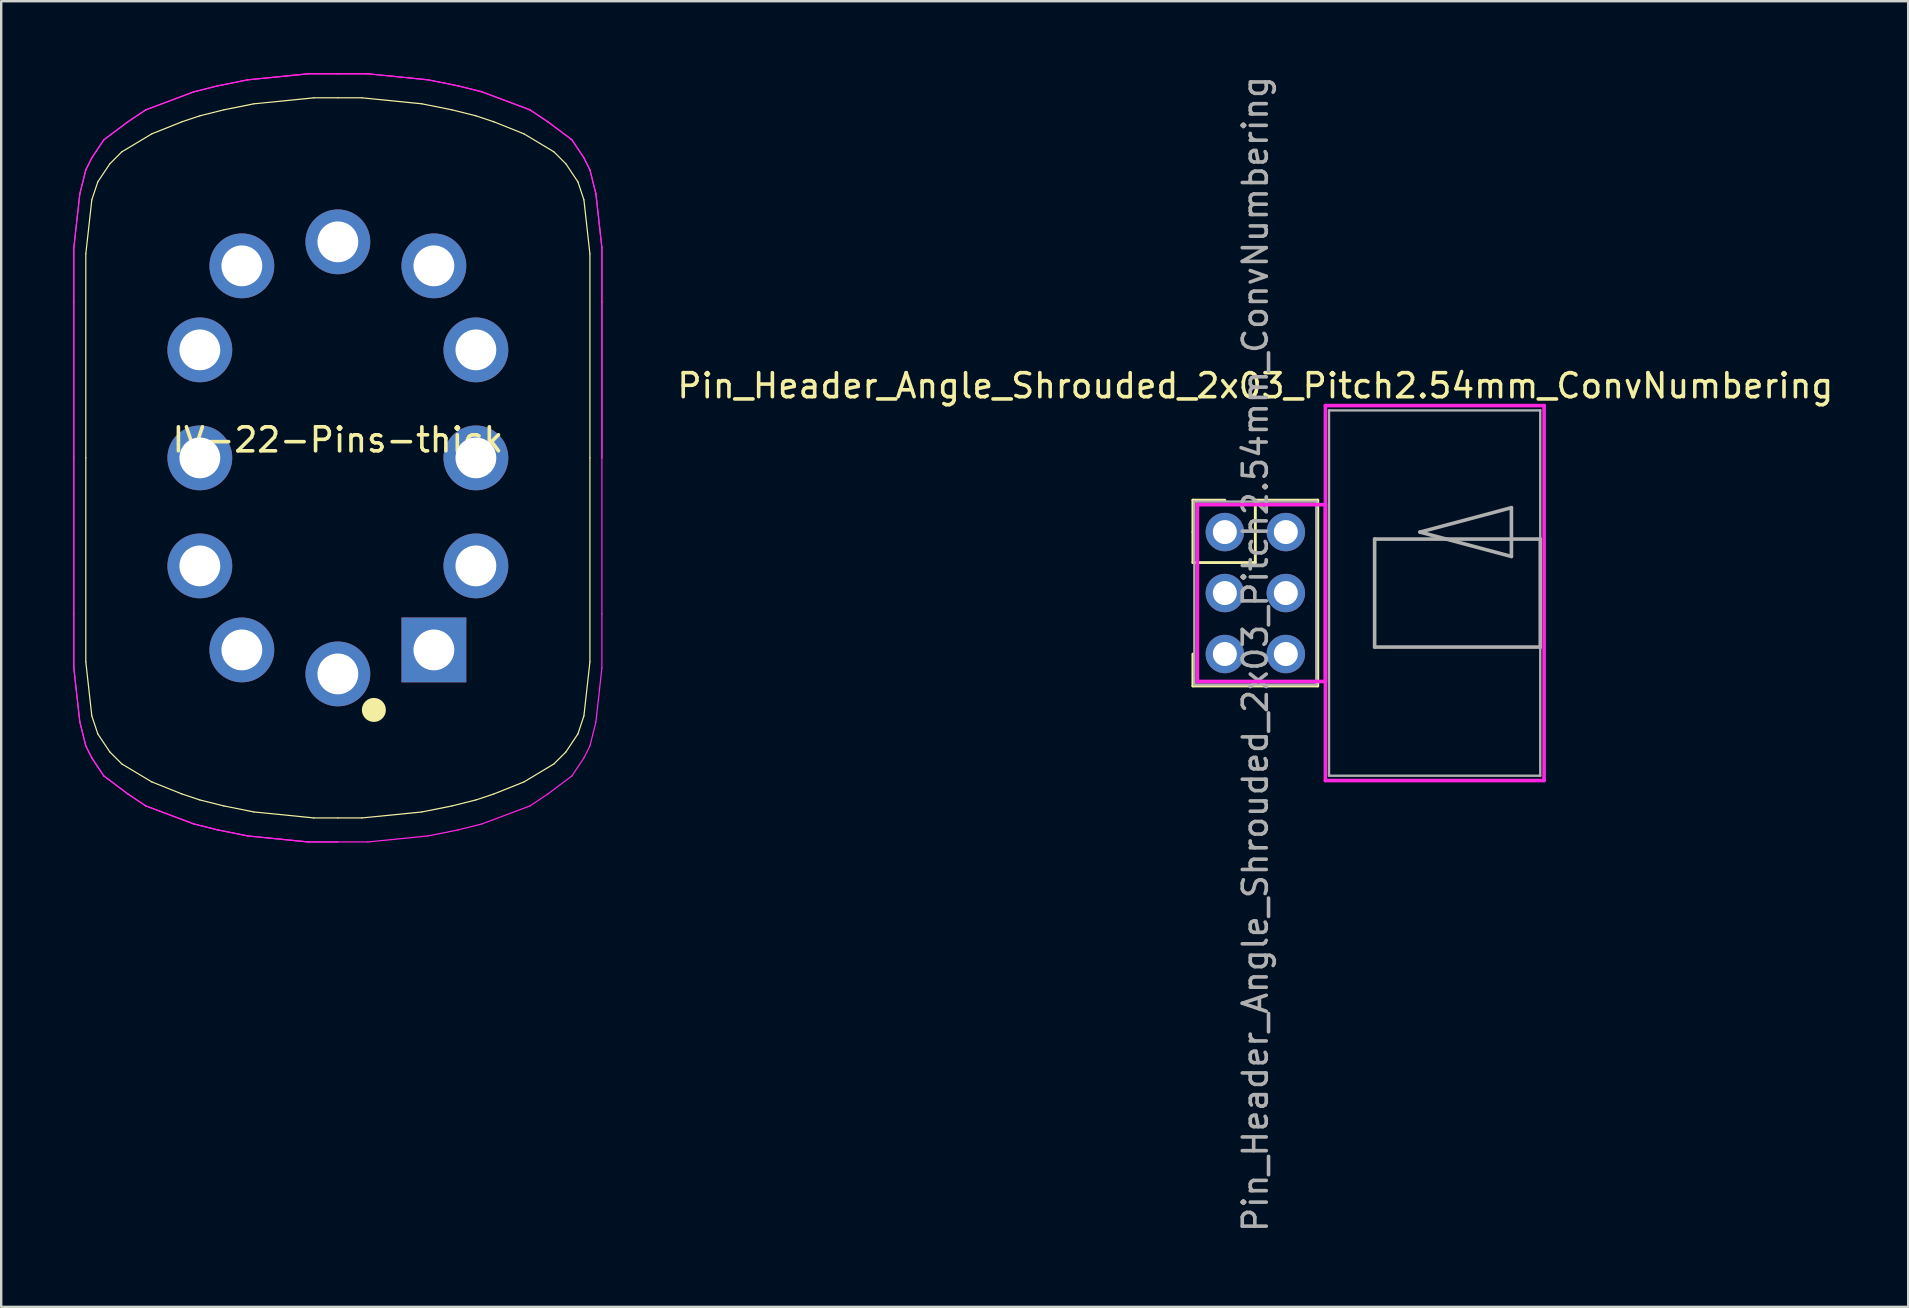
<source format=kicad_pcb>
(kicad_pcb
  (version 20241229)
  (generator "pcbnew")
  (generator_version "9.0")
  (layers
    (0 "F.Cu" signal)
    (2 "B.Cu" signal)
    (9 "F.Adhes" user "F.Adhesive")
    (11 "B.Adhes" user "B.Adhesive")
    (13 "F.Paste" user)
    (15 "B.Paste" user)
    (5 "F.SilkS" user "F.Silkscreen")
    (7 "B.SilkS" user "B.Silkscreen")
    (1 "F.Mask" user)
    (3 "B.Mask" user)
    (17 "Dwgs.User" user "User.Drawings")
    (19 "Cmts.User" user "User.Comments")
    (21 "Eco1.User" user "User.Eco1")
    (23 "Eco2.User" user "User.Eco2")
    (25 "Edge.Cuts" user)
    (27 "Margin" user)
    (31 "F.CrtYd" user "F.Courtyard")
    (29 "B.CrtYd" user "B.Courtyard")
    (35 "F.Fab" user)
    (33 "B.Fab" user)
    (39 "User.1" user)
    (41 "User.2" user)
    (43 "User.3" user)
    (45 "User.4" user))
  (footprint "Pin_Header_Angle_Shrouded_2x03_Pitch2.54mm_ConvNumbering"
    (layer "F.Cu")
    (at 47.976 19.116)
    (property "Reference" "Pin_Header_Angle_Shrouded_2x03_Pitch2.54mm_ConvNumbering" (at 1.27 -6.096 0) (layer "F.SilkS") (effects (font (size 1 1) (thickness 0.15))))
    (attr through_hole)
    (fp_line (start -1.33 -1.33) (end 0 -1.33) (stroke (width 0.12) (type solid)) (layer "F.SilkS"))
    (fp_line (start -1.33 0) (end -1.33 -1.33) (stroke (width 0.12) (type solid)) (layer "F.SilkS"))
    (fp_line (start -1.33 1.27) (end -1.33 0) (stroke (width 0.12) (type solid)) (layer "F.SilkS"))
    (fp_line (start -1.33 1.27) (end 1.27 1.27) (stroke (width 0.12) (type solid)) (layer "F.SilkS"))
    (fp_line (start -1.33 5.08) (end -1.33 6.41) (stroke (width 0.12) (type solid)) (layer "F.SilkS"))
    (fp_line (start -1.33 6.41) (end 3.87 6.41) (stroke (width 0.12) (type solid)) (layer "F.SilkS"))
    (fp_line (start 1.27 -1.33) (end 3.87 -1.33) (stroke (width 0.12) (type solid)) (layer "F.SilkS"))
    (fp_line (start 1.27 1.27) (end 1.27 -1.33) (stroke (width 0.12) (type solid)) (layer "F.SilkS"))
    (fp_line (start 3.87 -1.33) (end 3.87 6.41) (stroke (width 0.12) (type solid)) (layer "F.SilkS"))
    (fp_line (start -1.143 -1.143) (end -1.143 6.223) (stroke (width 0.15) (type solid)) (layer "F.CrtYd"))
    (fp_line (start -1.143 6.223) (end 4.19 6.223) (stroke (width 0.15) (type solid)) (layer "F.CrtYd"))
    (fp_line (start 4.19 -5.27) (end 4.19 10.35) (stroke (width 0.15) (type solid)) (layer "F.CrtYd"))
    (fp_line (start 4.19 -1.143) (end -1.143 -1.143) (stroke (width 0.15) (type solid)) (layer "F.CrtYd"))
    (fp_line (start 4.19 6.223) (end 4.19 -1.143) (stroke (width 0.15) (type solid)) (layer "F.CrtYd"))
    (fp_line (start 4.19 10.35) (end 13.3 10.35) (stroke (width 0.15) (type solid)) (layer "F.CrtYd"))
    (fp_line (start 13.3 -5.27) (end 4.19 -5.27) (stroke (width 0.15) (type solid)) (layer "F.CrtYd"))
    (fp_line (start 13.3 10.35) (end 13.3 -5.27) (stroke (width 0.15) (type solid)) (layer "F.CrtYd"))
    (fp_line (start -1.27 -1.27) (end -1.27 6.35) (stroke (width 0.1) (type solid)) (layer "F.Fab"))
    (fp_line (start -1.27 6.35) (end 3.81 6.35) (stroke (width 0.1) (type solid)) (layer "F.Fab"))
    (fp_line (start 3.81 -1.27) (end -1.27 -1.27) (stroke (width 0.1) (type solid)) (layer "F.Fab"))
    (fp_line (start 3.81 6.35) (end 3.81 -1.27) (stroke (width 0.1) (type solid)) (layer "F.Fab"))
    (fp_line (start 4.34 -5.07) (end 4.34 10.15) (stroke (width 0.1) (type solid)) (layer "F.Fab"))
    (fp_line (start 4.34 10.15) (end 13.14 10.15) (stroke (width 0.1) (type solid)) (layer "F.Fab"))
    (fp_line (start 6.24 0.29) (end 6.24 4.79) (stroke (width 0.15) (type solid)) (layer "F.Fab"))
    (fp_line (start 6.24 4.79) (end 13.14 4.79) (stroke (width 0.15) (type solid)) (layer "F.Fab"))
    (fp_line (start 8.128 0) (end 11.938 -1.016) (stroke (width 0.15) (type solid)) (layer "F.Fab"))
    (fp_line (start 11.938 -1.016) (end 11.938 1.016) (stroke (width 0.15) (type solid)) (layer "F.Fab"))
    (fp_line (start 11.938 1.016) (end 8.128 0) (stroke (width 0.15) (type solid)) (layer "F.Fab"))
    (fp_line (start 13.14 -5.07) (end 4.34 -5.07) (stroke (width 0.1) (type solid)) (layer "F.Fab"))
    (fp_line (start 13.14 0.29) (end 6.24 0.29) (stroke (width 0.15) (type solid)) (layer "F.Fab"))
    (fp_line (start 13.14 4.79) (end 13.14 0.29) (stroke (width 0.15) (type solid)) (layer "F.Fab"))
    (fp_line (start 13.14 10.15) (end 13.14 -5.07) (stroke (width 0.1) (type solid)) (layer "F.Fab"))
    (fp_text user "${REFERENCE}" (at 1.27 5.08 90) (layer "F.Fab") (effects (font (size 1 1) (thickness 0.15))))
    (pad "1" thru_hole oval (at 0 0) (size 1.6 1.6) (drill 1) (layers "*.Cu" "*.Mask"))
    (pad "2" thru_hole oval (at 2.54 0) (size 1.6 1.6) (drill 1) (layers "*.Cu" "*.Mask"))
    (pad "3" thru_hole oval (at 0 2.54) (size 1.6 1.6) (drill 1) (layers "*.Cu" "*.Mask"))
    (pad "4" thru_hole oval (at 2.54 2.54) (size 1.6 1.6) (drill 1) (layers "*.Cu" "*.Mask"))
    (pad "5" thru_hole oval (at 0 5.08) (size 1.6 1.6) (drill 1) (layers "*.Cu" "*.Mask"))
    (pad "6" thru_hole oval (at 2.54 5.08) (size 1.6 1.6) (drill 1) (layers "*.Cu" "*.Mask")))
  (footprint "IV-22-Pins-thick"
    (layer "F.Cu")
    (at 11.025 16.025)
    (property "Reference" "IV-22-Pins-thick" (at 0 -0.75 0) (layer "F.SilkS") (effects (font (size 1 1) (thickness 0.15))))
    (attr through_hole)
    (fp_line (start -10.5 -8.5) (end -10.5 0) (stroke (width 0.05) (type solid)) (layer "F.SilkS"))
    (fp_line (start -10.5 8.5) (end -10.5 0) (stroke (width 0.05) (type solid)) (layer "F.SilkS"))
    (fp_line (start -10.5 8.5) (end -10.25 10.75) (stroke (width 0.05) (type solid)) (layer "F.SilkS"))
    (fp_line (start -10.25 -10.75) (end -10.5 -8.5) (stroke (width 0.05) (type solid)) (layer "F.SilkS"))
    (fp_line (start -10.25 10.75) (end -10 11.5) (stroke (width 0.05) (type solid)) (layer "F.SilkS"))
    (fp_line (start -10 -11.5) (end -10.25 -10.75) (stroke (width 0.05) (type solid)) (layer "F.SilkS"))
    (fp_line (start -10 11.5) (end -9.5 12.25) (stroke (width 0.05) (type solid)) (layer "F.SilkS"))
    (fp_line (start -9.5 -12.25) (end -10 -11.5) (stroke (width 0.05) (type solid)) (layer "F.SilkS"))
    (fp_line (start -9.5 12.25) (end -9 12.75) (stroke (width 0.05) (type solid)) (layer "F.SilkS"))
    (fp_line (start -9 -12.75) (end -9.5 -12.25) (stroke (width 0.05) (type solid)) (layer "F.SilkS"))
    (fp_line (start -7.75 -13.5) (end -9 -12.75) (stroke (width 0.05) (type solid)) (layer "F.SilkS"))
    (fp_line (start -7.75 13.5) (end -9 12.75) (stroke (width 0.05) (type solid)) (layer "F.SilkS"))
    (fp_line (start -6.5 -14) (end -7.75 -13.5) (stroke (width 0.05) (type solid)) (layer "F.SilkS"))
    (fp_line (start -6.5 14) (end -7.75 13.5) (stroke (width 0.05) (type solid)) (layer "F.SilkS"))
    (fp_line (start -5.75 -14.25) (end -6.5 -14) (stroke (width 0.05) (type solid)) (layer "F.SilkS"))
    (fp_line (start -5.75 14.25) (end -6.5 14) (stroke (width 0.05) (type solid)) (layer "F.SilkS"))
    (fp_line (start -4.75 -14.5) (end -5.75 -14.25) (stroke (width 0.05) (type solid)) (layer "F.SilkS"))
    (fp_line (start -4.75 14.5) (end -5.75 14.25) (stroke (width 0.05) (type solid)) (layer "F.SilkS"))
    (fp_line (start -3.5 -14.75) (end -4.75 -14.5) (stroke (width 0.05) (type solid)) (layer "F.SilkS"))
    (fp_line (start -3.5 -14.75) (end -1 -15) (stroke (width 0.05) (type solid)) (layer "F.SilkS"))
    (fp_line (start -3.5 14.75) (end -4.75 14.5) (stroke (width 0.05) (type solid)) (layer "F.SilkS"))
    (fp_line (start -1 -15) (end 0 -15) (stroke (width 0.05) (type solid)) (layer "F.SilkS"))
    (fp_line (start -1 15) (end -3.5 14.75) (stroke (width 0.05) (type solid)) (layer "F.SilkS"))
    (fp_line (start 0 -15) (end 1 -15) (stroke (width 0.05) (type solid)) (layer "F.SilkS"))
    (fp_line (start 0 15) (end -1 15) (stroke (width 0.05) (type solid)) (layer "F.SilkS"))
    (fp_line (start 1 -15) (end 3.5 -14.75) (stroke (width 0.05) (type solid)) (layer "F.SilkS"))
    (fp_line (start 1 15) (end 0 15) (stroke (width 0.05) (type solid)) (layer "F.SilkS"))
    (fp_line (start 3.5 -14.75) (end 4.75 -14.5) (stroke (width 0.05) (type solid)) (layer "F.SilkS"))
    (fp_line (start 3.5 14.75) (end 1 15) (stroke (width 0.05) (type solid)) (layer "F.SilkS"))
    (fp_line (start 3.5 14.75) (end 4.75 14.5) (stroke (width 0.05) (type solid)) (layer "F.SilkS"))
    (fp_line (start 4.75 -14.5) (end 5.75 -14.25) (stroke (width 0.05) (type solid)) (layer "F.SilkS"))
    (fp_line (start 4.75 14.5) (end 5.75 14.25) (stroke (width 0.05) (type solid)) (layer "F.SilkS"))
    (fp_line (start 5.75 -14.25) (end 6.5 -14) (stroke (width 0.05) (type solid)) (layer "F.SilkS"))
    (fp_line (start 5.75 14.25) (end 6.5 14) (stroke (width 0.05) (type solid)) (layer "F.SilkS"))
    (fp_line (start 6.5 -14) (end 7.75 -13.5) (stroke (width 0.05) (type solid)) (layer "F.SilkS"))
    (fp_line (start 6.5 14) (end 7.75 13.5) (stroke (width 0.05) (type solid)) (layer "F.SilkS"))
    (fp_line (start 7.75 -13.5) (end 9 -12.75) (stroke (width 0.05) (type solid)) (layer "F.SilkS"))
    (fp_line (start 7.75 13.5) (end 9 12.75) (stroke (width 0.05) (type solid)) (layer "F.SilkS"))
    (fp_line (start 9 12.75) (end 9.5 12.25) (stroke (width 0.05) (type solid)) (layer "F.SilkS"))
    (fp_line (start 9.5 -12.25) (end 9 -12.75) (stroke (width 0.05) (type solid)) (layer "F.SilkS"))
    (fp_line (start 9.5 12.25) (end 10 11.5) (stroke (width 0.05) (type solid)) (layer "F.SilkS"))
    (fp_line (start 10 -11.5) (end 9.5 -12.25) (stroke (width 0.05) (type solid)) (layer "F.SilkS"))
    (fp_line (start 10 11.5) (end 10.25 10.75) (stroke (width 0.05) (type solid)) (layer "F.SilkS"))
    (fp_line (start 10.25 -10.75) (end 10 -11.5) (stroke (width 0.05) (type solid)) (layer "F.SilkS"))
    (fp_line (start 10.25 10.75) (end 10.5 8.5) (stroke (width 0.05) (type solid)) (layer "F.SilkS"))
    (fp_line (start 10.5 -8.5) (end 10.25 -10.75) (stroke (width 0.05) (type solid)) (layer "F.SilkS"))
    (fp_line (start 10.5 -8.5) (end 10.5 0) (stroke (width 0.05) (type solid)) (layer "F.SilkS"))
    (fp_line (start 10.5 8.5) (end 10.5 0) (stroke (width 0.05) (type solid)) (layer "F.SilkS"))
    (fp_circle (center 1.5 10.5) (end 1.25 10.5) (stroke (width 0.5) (type solid)) (fill no) (layer "F.SilkS"))
    (fp_line (start -11 -8.75) (end -10.75 -11) (stroke (width 0.05) (type solid)) (layer "F.CrtYd"))
    (fp_line (start -11 -8.75) (end -10.75 -11) (stroke (width 0.05) (type solid)) (layer "F.CrtYd"))
    (fp_line (start -11 -6.5) (end -11 -8.75) (stroke (width 0.05) (type solid)) (layer "F.CrtYd"))
    (fp_line (start -11 -6.5) (end -11 -8.75) (stroke (width 0.05) (type solid)) (layer "F.CrtYd"))
    (fp_line (start -11 -6.5) (end -11 0) (stroke (width 0.05) (type solid)) (layer "F.CrtYd"))
    (fp_line (start -11 -6.5) (end -11 0) (stroke (width 0.05) (type solid)) (layer "F.CrtYd"))
    (fp_line (start -11 6.5) (end -11 0) (stroke (width 0.05) (type solid)) (layer "F.CrtYd"))
    (fp_line (start -11 6.5) (end -11 0) (stroke (width 0.05) (type solid)) (layer "F.CrtYd"))
    (fp_line (start -11 6.5) (end -11 8.75) (stroke (width 0.05) (type solid)) (layer "F.CrtYd"))
    (fp_line (start -11 6.5) (end -11 8.75) (stroke (width 0.05) (type solid)) (layer "F.CrtYd"))
    (fp_line (start -11 8.75) (end -10.75 11) (stroke (width 0.05) (type solid)) (layer "F.CrtYd"))
    (fp_line (start -11 8.75) (end -10.75 11) (stroke (width 0.05) (type solid)) (layer "F.CrtYd"))
    (fp_line (start -10.75 -11) (end -10.5 -12) (stroke (width 0.05) (type solid)) (layer "F.CrtYd"))
    (fp_line (start -10.75 -11) (end -10.5 -12) (stroke (width 0.05) (type solid)) (layer "F.CrtYd"))
    (fp_line (start -10.75 11) (end -10.5 12) (stroke (width 0.05) (type solid)) (layer "F.CrtYd"))
    (fp_line (start -10.75 11) (end -10.5 12) (stroke (width 0.05) (type solid)) (layer "F.CrtYd"))
    (fp_line (start -10.5 -12) (end -10.25 -12.5) (stroke (width 0.05) (type solid)) (layer "F.CrtYd"))
    (fp_line (start -10.5 -12) (end -10.25 -12.5) (stroke (width 0.05) (type solid)) (layer "F.CrtYd"))
    (fp_line (start -10.5 12) (end -10.25 12.5) (stroke (width 0.05) (type solid)) (layer "F.CrtYd"))
    (fp_line (start -10.5 12) (end -10.25 12.5) (stroke (width 0.05) (type solid)) (layer "F.CrtYd"))
    (fp_line (start -9.75 -13.25) (end -10.25 -12.5) (stroke (width 0.05) (type solid)) (layer "F.CrtYd"))
    (fp_line (start -9.75 -13.25) (end -10.25 -12.5) (stroke (width 0.05) (type solid)) (layer "F.CrtYd"))
    (fp_line (start -9.75 13.25) (end -10.25 12.5) (stroke (width 0.05) (type solid)) (layer "F.CrtYd"))
    (fp_line (start -9.75 13.25) (end -10.25 12.5) (stroke (width 0.05) (type solid)) (layer "F.CrtYd"))
    (fp_line (start -8.75 -14) (end -9.75 -13.25) (stroke (width 0.05) (type solid)) (layer "F.CrtYd"))
    (fp_line (start -8.75 -14) (end -9.75 -13.25) (stroke (width 0.05) (type solid)) (layer "F.CrtYd"))
    (fp_line (start -8.75 14) (end -9.75 13.25) (stroke (width 0.05) (type solid)) (layer "F.CrtYd"))
    (fp_line (start -8.75 14) (end -9.75 13.25) (stroke (width 0.05) (type solid)) (layer "F.CrtYd"))
    (fp_line (start -8 -14.5) (end -8.75 -14) (stroke (width 0.05) (type solid)) (layer "F.CrtYd"))
    (fp_line (start -8 -14.5) (end -8.75 -14) (stroke (width 0.05) (type solid)) (layer "F.CrtYd"))
    (fp_line (start -8 14.5) (end -8.75 14) (stroke (width 0.05) (type solid)) (layer "F.CrtYd"))
    (fp_line (start -8 14.5) (end -8.75 14) (stroke (width 0.05) (type solid)) (layer "F.CrtYd"))
    (fp_line (start -6 -15.25) (end -8 -14.5) (stroke (width 0.05) (type solid)) (layer "F.CrtYd"))
    (fp_line (start -6 -15.25) (end -8 -14.5) (stroke (width 0.05) (type solid)) (layer "F.CrtYd"))
    (fp_line (start -6 15.25) (end -8 14.5) (stroke (width 0.05) (type solid)) (layer "F.CrtYd"))
    (fp_line (start -6 15.25) (end -8 14.5) (stroke (width 0.05) (type solid)) (layer "F.CrtYd"))
    (fp_line (start -5 -15.5) (end -6 -15.25) (stroke (width 0.05) (type solid)) (layer "F.CrtYd"))
    (fp_line (start -5 -15.5) (end -6 -15.25) (stroke (width 0.05) (type solid)) (layer "F.CrtYd"))
    (fp_line (start -5 15.5) (end -6 15.25) (stroke (width 0.05) (type solid)) (layer "F.CrtYd"))
    (fp_line (start -5 15.5) (end -6 15.25) (stroke (width 0.05) (type solid)) (layer "F.CrtYd"))
    (fp_line (start -3.75 -15.75) (end -5 -15.5) (stroke (width 0.05) (type solid)) (layer "F.CrtYd"))
    (fp_line (start -3.75 -15.75) (end -5 -15.5) (stroke (width 0.05) (type solid)) (layer "F.CrtYd"))
    (fp_line (start -3.75 15.75) (end -5 15.5) (stroke (width 0.05) (type solid)) (layer "F.CrtYd"))
    (fp_line (start -3.75 15.75) (end -5 15.5) (stroke (width 0.05) (type solid)) (layer "F.CrtYd"))
    (fp_line (start -1.25 -16) (end -3.75 -15.75) (stroke (width 0.05) (type solid)) (layer "F.CrtYd"))
    (fp_line (start -1.25 -16) (end -3.75 -15.75) (stroke (width 0.05) (type solid)) (layer "F.CrtYd"))
    (fp_line (start -1.25 16) (end -3.75 15.75) (stroke (width 0.05) (type solid)) (layer "F.CrtYd"))
    (fp_line (start -1.25 16) (end -3.75 15.75) (stroke (width 0.05) (type solid)) (layer "F.CrtYd"))
    (fp_line (start 0 -16) (end -1.25 -16) (stroke (width 0.05) (type solid)) (layer "F.CrtYd"))
    (fp_line (start 0 -16) (end -1.25 -16) (stroke (width 0.05) (type solid)) (layer "F.CrtYd"))
    (fp_line (start 0 -16) (end 1.25 -16) (stroke (width 0.05) (type solid)) (layer "F.CrtYd"))
    (fp_line (start 0 -16) (end 1.25 -16) (stroke (width 0.05) (type solid)) (layer "F.CrtYd"))
    (fp_line (start 0 16) (end -1.25 16) (stroke (width 0.05) (type solid)) (layer "F.CrtYd"))
    (fp_line (start 0 16) (end -1.25 16) (stroke (width 0.05) (type solid)) (layer "F.CrtYd"))
    (fp_line (start 0 16) (end 1.25 16) (stroke (width 0.05) (type solid)) (layer "F.CrtYd"))
    (fp_line (start 1.25 -16) (end 3.75 -15.75) (stroke (width 0.05) (type solid)) (layer "F.CrtYd"))
    (fp_line (start 1.25 -16) (end 3.75 -15.75) (stroke (width 0.05) (type solid)) (layer "F.CrtYd"))
    (fp_line (start 1.25 16) (end 3.75 15.75) (stroke (width 0.05) (type solid)) (layer "F.CrtYd"))
    (fp_line (start 3.75 -15.75) (end 5 -15.5) (stroke (width 0.05) (type solid)) (layer "F.CrtYd"))
    (fp_line (start 3.75 -15.75) (end 5 -15.5) (stroke (width 0.05) (type solid)) (layer "F.CrtYd"))
    (fp_line (start 3.75 15.75) (end 5 15.5) (stroke (width 0.05) (type solid)) (layer "F.CrtYd"))
    (fp_line (start 5 -15.5) (end 6 -15.25) (stroke (width 0.05) (type solid)) (layer "F.CrtYd"))
    (fp_line (start 5 -15.5) (end 6 -15.25) (stroke (width 0.05) (type solid)) (layer "F.CrtYd"))
    (fp_line (start 5 15.5) (end 6 15.25) (stroke (width 0.05) (type solid)) (layer "F.CrtYd"))
    (fp_line (start 6 -15.25) (end 8 -14.5) (stroke (width 0.05) (type solid)) (layer "F.CrtYd"))
    (fp_line (start 6 -15.25) (end 8 -14.5) (stroke (width 0.05) (type solid)) (layer "F.CrtYd"))
    (fp_line (start 6 15.25) (end 8 14.5) (stroke (width 0.05) (type solid)) (layer "F.CrtYd"))
    (fp_line (start 8 -14.5) (end 8.75 -14) (stroke (width 0.05) (type solid)) (layer "F.CrtYd"))
    (fp_line (start 8 -14.5) (end 8.75 -14) (stroke (width 0.05) (type solid)) (layer "F.CrtYd"))
    (fp_line (start 8 14.5) (end 8.75 14) (stroke (width 0.05) (type solid)) (layer "F.CrtYd"))
    (fp_line (start 8.75 -14) (end 9.75 -13.25) (stroke (width 0.05) (type solid)) (layer "F.CrtYd"))
    (fp_line (start 8.75 -14) (end 9.75 -13.25) (stroke (width 0.05) (type solid)) (layer "F.CrtYd"))
    (fp_line (start 8.75 14) (end 9.75 13.25) (stroke (width 0.05) (type solid)) (layer "F.CrtYd"))
    (fp_line (start 9.75 -13.25) (end 10.25 -12.5) (stroke (width 0.05) (type solid)) (layer "F.CrtYd"))
    (fp_line (start 9.75 -13.25) (end 10.25 -12.5) (stroke (width 0.05) (type solid)) (layer "F.CrtYd"))
    (fp_line (start 9.75 13.25) (end 10.25 12.5) (stroke (width 0.05) (type solid)) (layer "F.CrtYd"))
    (fp_line (start 10.5 -12) (end 10.25 -12.5) (stroke (width 0.05) (type solid)) (layer "F.CrtYd"))
    (fp_line (start 10.5 -12) (end 10.25 -12.5) (stroke (width 0.05) (type solid)) (layer "F.CrtYd"))
    (fp_line (start 10.5 12) (end 10.25 12.5) (stroke (width 0.05) (type solid)) (layer "F.CrtYd"))
    (fp_line (start 10.75 -11) (end 10.5 -12) (stroke (width 0.05) (type solid)) (layer "F.CrtYd"))
    (fp_line (start 10.75 -11) (end 10.5 -12) (stroke (width 0.05) (type solid)) (layer "F.CrtYd"))
    (fp_line (start 10.75 11) (end 10.5 12) (stroke (width 0.05) (type solid)) (layer "F.CrtYd"))
    (fp_line (start 11 -8.75) (end 10.75 -11) (stroke (width 0.05) (type solid)) (layer "F.CrtYd"))
    (fp_line (start 11 -8.75) (end 10.75 -11) (stroke (width 0.05) (type solid)) (layer "F.CrtYd"))
    (fp_line (start 11 -6.5) (end 11 -8.75) (stroke (width 0.05) (type solid)) (layer "F.CrtYd"))
    (fp_line (start 11 -6.5) (end 11 -8.75) (stroke (width 0.05) (type solid)) (layer "F.CrtYd"))
    (fp_line (start 11 -6.5) (end 11 0) (stroke (width 0.05) (type solid)) (layer "F.CrtYd"))
    (fp_line (start 11 -6.5) (end 11 0) (stroke (width 0.05) (type solid)) (layer "F.CrtYd"))
    (fp_line (start 11 6.5) (end 11 0) (stroke (width 0.05) (type solid)) (layer "F.CrtYd"))
    (fp_line (start 11 6.5) (end 11 8.75) (stroke (width 0.05) (type solid)) (layer "F.CrtYd"))
    (fp_line (start 11 8.75) (end 10.75 11) (stroke (width 0.05) (type solid)) (layer "F.CrtYd"))
    (pad "1" thru_hole rect (at 4 8) (size 2.7 2.7) (drill 1.7) (layers "*.Cu" "*.Mask"))
    (pad "2" thru_hole circle (at 5.75 4.5) (size 2.7 2.7) (drill 1.7) (layers "*.Cu" "*.Mask"))
    (pad "3" thru_hole circle (at 5.75 0) (size 2.7 2.7) (drill 1.7) (layers "*.Cu" "*.Mask"))
    (pad "4" thru_hole circle (at 5.75 -4.5) (size 2.7 2.7) (drill 1.7) (layers "*.Cu" "*.Mask"))
    (pad "5" thru_hole circle (at 4 -8) (size 2.7 2.7) (drill 1.7) (layers "*.Cu" "*.Mask"))
    (pad "6" thru_hole circle (at 0 -9) (size 2.7 2.7) (drill 1.7) (layers "*.Cu" "*.Mask"))
    (pad "7" thru_hole circle (at -4 -8) (size 2.7 2.7) (drill 1.7) (layers "*.Cu" "*.Mask"))
    (pad "8" thru_hole circle (at -5.75 -4.5) (size 2.7 2.7) (drill 1.7) (layers "*.Cu" "*.Mask"))
    (pad "9" thru_hole circle (at -5.75 0) (size 2.7 2.7) (drill 1.7) (layers "*.Cu" "*.Mask"))
    (pad "10" thru_hole circle (at -5.75 4.5) (size 2.7 2.7) (drill 1.7) (layers "*.Cu" "*.Mask"))
    (pad "11" thru_hole circle (at -4 8) (size 2.7 2.7) (drill 1.7) (layers "*.Cu" "*.Mask"))
    (pad "12" thru_hole circle (at 0 9) (size 2.7 2.7) (drill 1.7) (layers "*.Cu" "*.Mask")))
  (gr_rect
    (start -3 -3)
    (end 76.443 51.393)
    (stroke (width 0.1) (type default))
    (fill no)
    (layer "Edge.Cuts")))
</source>
